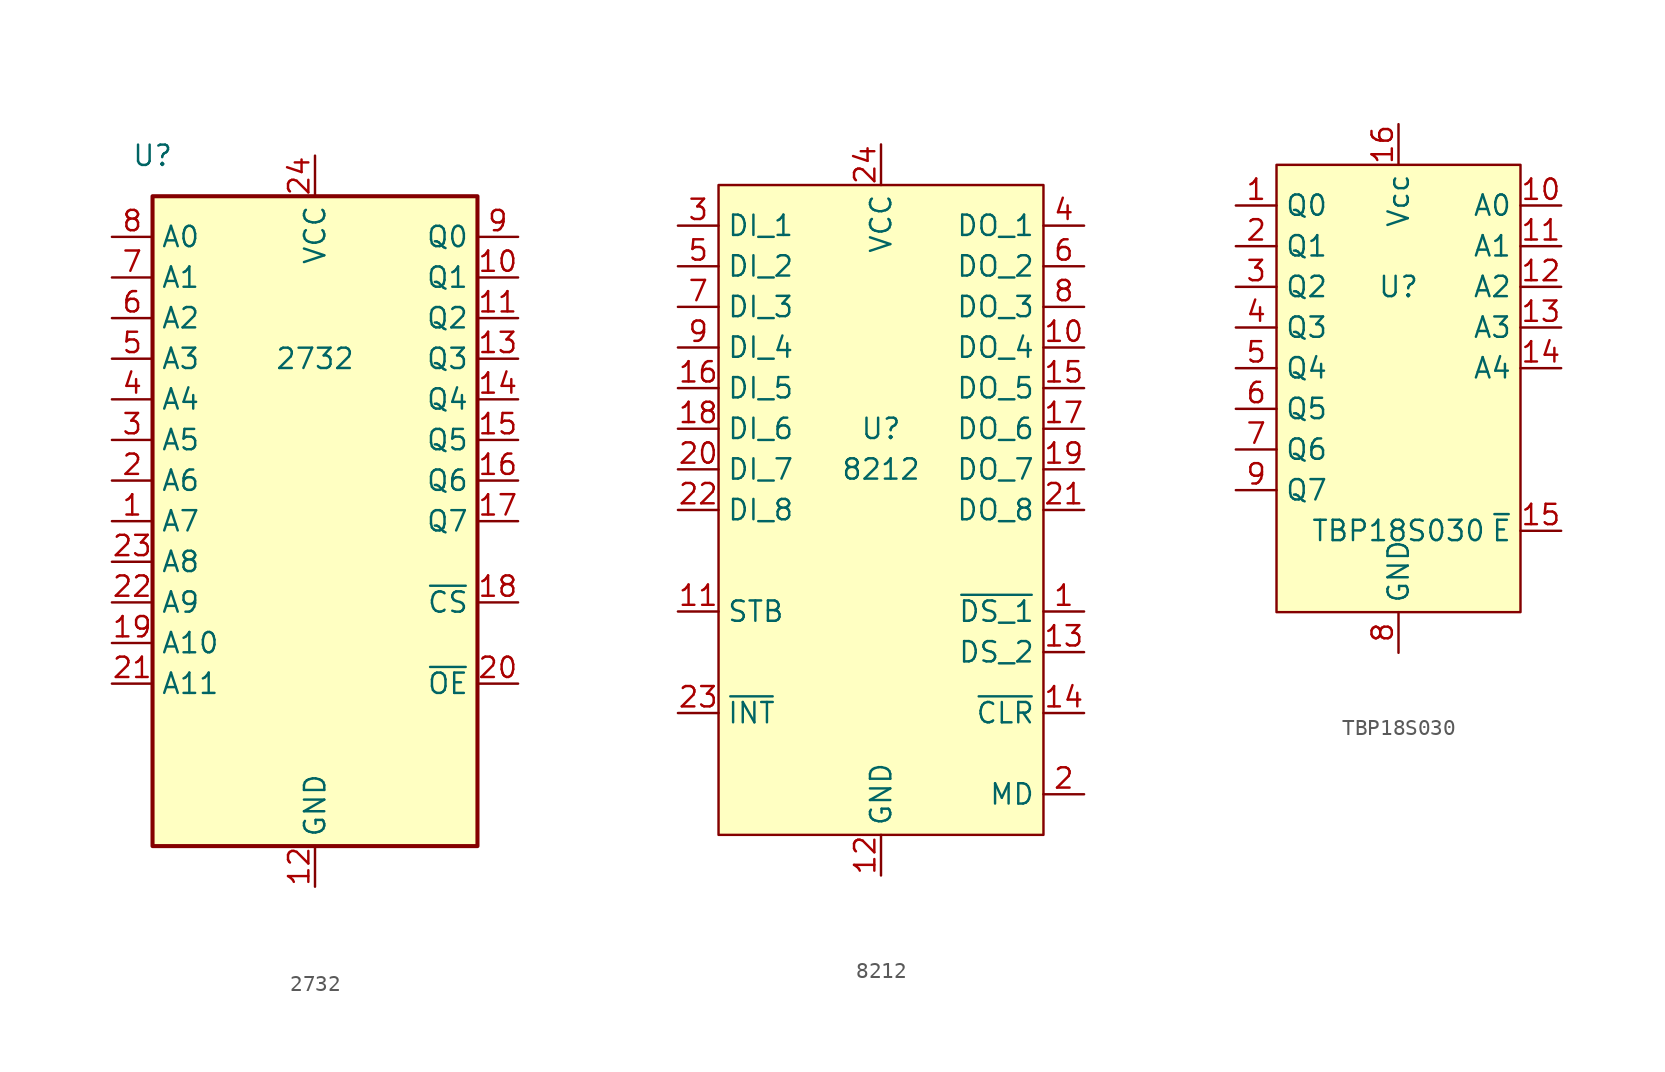
<source format=kicad_sym>
(kicad_symbol_lib
  (version 20220914)
  (generator kicad_symbol_editor)
  (symbol "2732"
    (property "Reference" "U"
      (at -10.16 12.7 0)
      (effects (font (size 1.27 1.27))))
    (property "Value" "2732"
      (at 0 0 0)
      (effects (font (size 1.27 1.27))))
    (symbol "2732_0_1"
      (rectangle (start -10.16 10.16) (end 10.16 -30.48) (stroke (width 0.254) (type default)) (fill (type background))))
    (symbol "2732_1_0"
      (pin power_in line (at 0 -33.02 90) (length 2.54) (name "GND" (effects (font (size 1.27 1.27)))) (number "12" (effects (font (size 1.27 1.27)))))
      (pin power_in line (at 0 12.7 270) (length 2.54) (name "VCC" (effects (font (size 1.27 1.27)))) (number "24" (effects (font (size 1.27 1.27))))))
    (symbol "2732_1_1"
      (pin input line (at -12.7 -10.16 0) (length 2.54) (name "A7" (effects (font (size 1.27 1.27)))) (number "1" (effects (font (size 1.27 1.27)))))
      (pin tri_state line (at 12.7 5.08 180) (length 2.54) (name "Q1" (effects (font (size 1.27 1.27)))) (number "10" (effects (font (size 1.27 1.27)))))
      (pin tri_state line (at 12.7 2.54 180) (length 2.54) (name "Q2" (effects (font (size 1.27 1.27)))) (number "11" (effects (font (size 1.27 1.27)))))
      (pin tri_state line (at 12.7 0 180) (length 2.54) (name "Q3" (effects (font (size 1.27 1.27)))) (number "13" (effects (font (size 1.27 1.27)))))
      (pin tri_state line (at 12.7 -2.54 180) (length 2.54) (name "Q4" (effects (font (size 1.27 1.27)))) (number "14" (effects (font (size 1.27 1.27)))))
      (pin tri_state line (at 12.7 -5.08 180) (length 2.54) (name "Q5" (effects (font (size 1.27 1.27)))) (number "15" (effects (font (size 1.27 1.27)))))
      (pin tri_state line (at 12.7 -7.62 180) (length 2.54) (name "Q6" (effects (font (size 1.27 1.27)))) (number "16" (effects (font (size 1.27 1.27)))))
      (pin tri_state line (at 12.7 -10.16 180) (length 2.54) (name "Q7" (effects (font (size 1.27 1.27)))) (number "17" (effects (font (size 1.27 1.27)))))
      (pin input line (at 12.7 -15.24 180) (length 2.54) (name "~{CS}" (effects (font (size 1.27 1.27)))) (number "18" (effects (font (size 1.27 1.27)))))
      (pin input line (at -12.7 -17.78 0) (length 2.54) (name "A10" (effects (font (size 1.27 1.27)))) (number "19" (effects (font (size 1.27 1.27)))))
      (pin input line (at -12.7 -7.62 0) (length 2.54) (name "A6" (effects (font (size 1.27 1.27)))) (number "2" (effects (font (size 1.27 1.27)))))
      (pin input line (at 12.7 -20.32 180) (length 2.54) (name "~{OE}" (effects (font (size 1.27 1.27)))) (number "20" (effects (font (size 1.27 1.27)))))
      (pin input line (at -12.7 -20.32 0) (length 2.54) (name "A11" (effects (font (size 1.27 1.27)))) (number "21" (effects (font (size 1.27 1.27)))))
      (pin input line (at -12.7 -15.24 0) (length 2.54) (name "A9" (effects (font (size 1.27 1.27)))) (number "22" (effects (font (size 1.27 1.27)))))
      (pin input line (at -12.7 -12.7 0) (length 2.54) (name "A8" (effects (font (size 1.27 1.27)))) (number "23" (effects (font (size 1.27 1.27)))))
      (pin input line (at -12.7 -5.08 0) (length 2.54) (name "A5" (effects (font (size 1.27 1.27)))) (number "3" (effects (font (size 1.27 1.27)))))
      (pin input line (at -12.7 -2.54 0) (length 2.54) (name "A4" (effects (font (size 1.27 1.27)))) (number "4" (effects (font (size 1.27 1.27)))))
      (pin input line (at -12.7 0 0) (length 2.54) (name "A3" (effects (font (size 1.27 1.27)))) (number "5" (effects (font (size 1.27 1.27)))))
      (pin input line (at -12.7 2.54 0) (length 2.54) (name "A2" (effects (font (size 1.27 1.27)))) (number "6" (effects (font (size 1.27 1.27)))))
      (pin input line (at -12.7 5.08 0) (length 2.54) (name "A1" (effects (font (size 1.27 1.27)))) (number "7" (effects (font (size 1.27 1.27)))))
      (pin input line (at -12.7 7.62 0) (length 2.54) (name "A0" (effects (font (size 1.27 1.27)))) (number "8" (effects (font (size 1.27 1.27)))))
      (pin tri_state line (at 12.7 7.62 180) (length 2.54) (name "Q0" (effects (font (size 1.27 1.27)))) (number "9" (effects (font (size 1.27 1.27)))))))
  (symbol "8212"
    (property "Reference" "U"
      (at 0 0 0)
      (effects (font (size 1.27 1.27))))
    (property "Value" "8212"
      (at 0 -2.54 0)
      (effects (font (size 1.27 1.27))))
    (symbol "8212_0_1"
      (rectangle (start -10.16 15.24) (end 10.16 -25.4) (stroke (width 0) (type default)) (fill (type background))))
    (symbol "8212_1_1"
      (pin input line (at 12.7 -11.43 180) (length 2.54) (name "~{DS_1}" (effects (font (size 1.27 1.27)))) (number "1" (effects (font (size 1.27 1.27)))))
      (pin output line (at 12.7 5.08 180) (length 2.54) (name "DO_4" (effects (font (size 1.27 1.27)))) (number "10" (effects (font (size 1.27 1.27)))))
      (pin input line (at -12.7 -11.43 0) (length 2.54) (name "STB" (effects (font (size 1.27 1.27)))) (number "11" (effects (font (size 1.27 1.27)))))
      (pin power_out line (at 0 -27.94 90) (length 2.54) (name "GND" (effects (font (size 1.27 1.27)))) (number "12" (effects (font (size 1.27 1.27)))))
      (pin input line (at 12.7 -13.97 180) (length 2.54) (name "DS_2" (effects (font (size 1.27 1.27)))) (number "13" (effects (font (size 1.27 1.27)))))
      (pin output line (at 12.7 -17.78 180) (length 2.54) (name "~{CLR}" (effects (font (size 1.27 1.27)))) (number "14" (effects (font (size 1.27 1.27)))))
      (pin output line (at 12.7 2.54 180) (length 2.54) (name "DO_5" (effects (font (size 1.27 1.27)))) (number "15" (effects (font (size 1.27 1.27)))))
      (pin input line (at -12.7 2.54 0) (length 2.54) (name "DI_5" (effects (font (size 1.27 1.27)))) (number "16" (effects (font (size 1.27 1.27)))))
      (pin output line (at 12.7 0 180) (length 2.54) (name "DO_6" (effects (font (size 1.27 1.27)))) (number "17" (effects (font (size 1.27 1.27)))))
      (pin input line (at -12.7 0 0) (length 2.54) (name "DI_6" (effects (font (size 1.27 1.27)))) (number "18" (effects (font (size 1.27 1.27)))))
      (pin output line (at 12.7 -2.54 180) (length 2.54) (name "DO_7" (effects (font (size 1.27 1.27)))) (number "19" (effects (font (size 1.27 1.27)))))
      (pin input line (at 12.7 -22.86 180) (length 2.54) (name "MD" (effects (font (size 1.27 1.27)))) (number "2" (effects (font (size 1.27 1.27)))))
      (pin input line (at -12.7 -2.54 0) (length 2.54) (name "DI_7" (effects (font (size 1.27 1.27)))) (number "20" (effects (font (size 1.27 1.27)))))
      (pin output line (at 12.7 -5.08 180) (length 2.54) (name "DO_8" (effects (font (size 1.27 1.27)))) (number "21" (effects (font (size 1.27 1.27)))))
      (pin input line (at -12.7 -5.08 0) (length 2.54) (name "DI_8" (effects (font (size 1.27 1.27)))) (number "22" (effects (font (size 1.27 1.27)))))
      (pin output line (at -12.7 -17.78 0) (length 2.54) (name "~{INT}" (effects (font (size 1.27 1.27)))) (number "23" (effects (font (size 1.27 1.27)))))
      (pin power_in line (at 0 17.78 270) (length 2.54) (name "VCC" (effects (font (size 1.27 1.27)))) (number "24" (effects (font (size 1.27 1.27)))))
      (pin input line (at -12.7 12.7 0) (length 2.54) (name "DI_1" (effects (font (size 1.27 1.27)))) (number "3" (effects (font (size 1.27 1.27)))))
      (pin output line (at 12.7 12.7 180) (length 2.54) (name "DO_1" (effects (font (size 1.27 1.27)))) (number "4" (effects (font (size 1.27 1.27)))))
      (pin input line (at -12.7 10.16 0) (length 2.54) (name "DI_2" (effects (font (size 1.27 1.27)))) (number "5" (effects (font (size 1.27 1.27)))))
      (pin output line (at 12.7 10.16 180) (length 2.54) (name "DO_2" (effects (font (size 1.27 1.27)))) (number "6" (effects (font (size 1.27 1.27)))))
      (pin input line (at -12.7 7.62 0) (length 2.54) (name "DI_3" (effects (font (size 1.27 1.27)))) (number "7" (effects (font (size 1.27 1.27)))))
      (pin output line (at 12.7 7.62 180) (length 2.54) (name "DO_3" (effects (font (size 1.27 1.27)))) (number "8" (effects (font (size 1.27 1.27)))))
      (pin input line (at -12.7 5.08 0) (length 2.54) (name "DI_4" (effects (font (size 1.27 1.27)))) (number "9" (effects (font (size 1.27 1.27)))))))
  (symbol "TBP18S030"
    (property "Reference" "U"
      (at 0 0 0)
      (effects (font (size 1.27 1.27))))
    (property "Value" "TBP18S030"
      (at 0 -15.24 0)
      (effects (font (size 1.27 1.27))))
    (symbol "TBP18S030_1_1"
      (rectangle (start -7.62 7.62) (end 7.62 -20.32) (stroke (width 0) (type default)) (fill (type background)))
      (pin output line (at -10.16 5.08 0) (length 2.54) (name "Q0" (effects (font (size 1.27 1.27)))) (number "1" (effects (font (size 1.27 1.27)))))
      (pin input line (at 10.16 5.08 180) (length 2.54) (name "A0" (effects (font (size 1.27 1.27)))) (number "10" (effects (font (size 1.27 1.27)))))
      (pin input line (at 10.16 2.54 180) (length 2.54) (name "A1" (effects (font (size 1.27 1.27)))) (number "11" (effects (font (size 1.27 1.27)))))
      (pin input line (at 10.16 0 180) (length 2.54) (name "A2" (effects (font (size 1.27 1.27)))) (number "12" (effects (font (size 1.27 1.27)))))
      (pin input line (at 10.16 -2.54 180) (length 2.54) (name "A3" (effects (font (size 1.27 1.27)))) (number "13" (effects (font (size 1.27 1.27)))))
      (pin input line (at 10.16 -5.08 180) (length 2.54) (name "A4" (effects (font (size 1.27 1.27)))) (number "14" (effects (font (size 1.27 1.27)))))
      (pin input line (at 10.16 -15.24 180) (length 2.54) (name "~{E}" (effects (font (size 1.27 1.27)))) (number "15" (effects (font (size 1.27 1.27)))))
      (pin input line (at 0 10.16 270) (length 2.54) (name "Vcc" (effects (font (size 1.27 1.27)))) (number "16" (effects (font (size 1.27 1.27)))))
      (pin output line (at -10.16 2.54 0) (length 2.54) (name "Q1" (effects (font (size 1.27 1.27)))) (number "2" (effects (font (size 1.27 1.27)))))
      (pin output line (at -10.16 0 0) (length 2.54) (name "Q2" (effects (font (size 1.27 1.27)))) (number "3" (effects (font (size 1.27 1.27)))))
      (pin output line (at -10.16 -2.54 0) (length 2.54) (name "Q3" (effects (font (size 1.27 1.27)))) (number "4" (effects (font (size 1.27 1.27)))))
      (pin output line (at -10.16 -5.08 0) (length 2.54) (name "Q4" (effects (font (size 1.27 1.27)))) (number "5" (effects (font (size 1.27 1.27)))))
      (pin output line (at -10.16 -7.62 0) (length 2.54) (name "Q5" (effects (font (size 1.27 1.27)))) (number "6" (effects (font (size 1.27 1.27)))))
      (pin output line (at -10.16 -10.16 0) (length 2.54) (name "Q6" (effects (font (size 1.27 1.27)))) (number "7" (effects (font (size 1.27 1.27)))))
      (pin input line (at 0 -22.86 90) (length 2.54) (name "GND" (effects (font (size 1.27 1.27)))) (number "8" (effects (font (size 1.27 1.27)))))
      (pin output line (at -10.16 -12.7 0) (length 2.54) (name "Q7" (effects (font (size 1.27 1.27)))) (number "9" (effects (font (size 1.27 1.27))))))))
</source>
